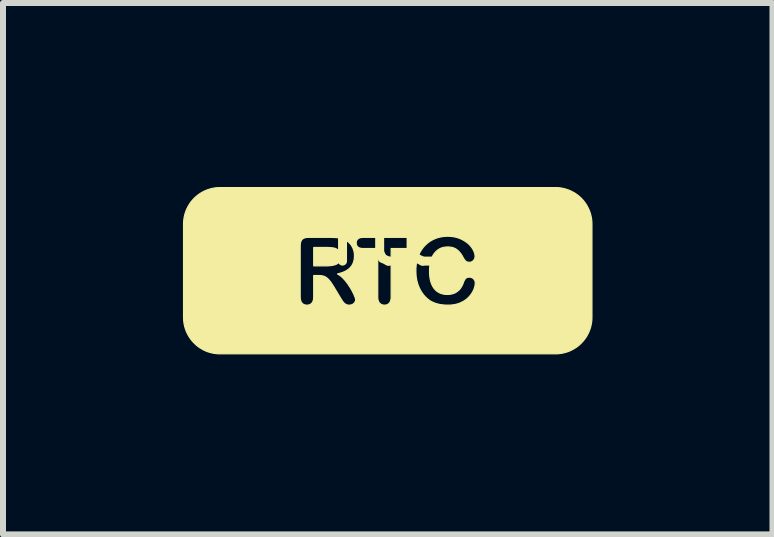
<source format=kicad_pcb>
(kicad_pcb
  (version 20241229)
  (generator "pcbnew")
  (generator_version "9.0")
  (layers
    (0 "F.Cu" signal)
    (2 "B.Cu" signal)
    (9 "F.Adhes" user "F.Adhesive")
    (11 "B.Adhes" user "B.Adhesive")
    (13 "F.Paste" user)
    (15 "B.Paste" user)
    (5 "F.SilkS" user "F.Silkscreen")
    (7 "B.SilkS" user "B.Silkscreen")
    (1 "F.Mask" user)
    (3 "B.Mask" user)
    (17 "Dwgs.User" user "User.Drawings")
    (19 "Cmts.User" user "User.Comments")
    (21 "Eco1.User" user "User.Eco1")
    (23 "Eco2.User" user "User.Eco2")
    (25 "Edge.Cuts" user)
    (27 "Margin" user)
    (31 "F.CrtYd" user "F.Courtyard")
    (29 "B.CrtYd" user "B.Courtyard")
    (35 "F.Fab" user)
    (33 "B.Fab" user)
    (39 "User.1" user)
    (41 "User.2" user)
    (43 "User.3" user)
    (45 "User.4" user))
  (footprint "rtc"
    (layer "F.Cu")
    (at 3.446 1.348)
    (property "Reference" "rtc" (at 0 -0.5 0) (unlocked yes) (layer "F.SilkS") (effects (font (size 1 1) (thickness 0.15))))
    (attr smd)
    (fp_poly (pts (xy -1.031 -0.272) (xy -1.006 -0.271) (xy -0.994 -0.27) (xy -0.983 -0.269) (xy -0.972 -0.269) (xy -0.962 -0.268) (xy -0.953 -0.266) (xy -0.944 -0.265) (xy -0.935 -0.264) (xy -0.928 -0.262) (xy -0.921 -0.261) (xy -0.914 -0.259) (xy -0.909 -0.257) (xy -0.903 -0.255) (xy -0.898 -0.253) (xy -0.893 -0.25) (xy -0.888 -0.248) (xy -0.884 -0.245) (xy -0.879 -0.242) (xy -0.875 -0.239) (xy -0.87 -0.236) (xy -0.866 -0.233) (xy -0.862 -0.23) (xy -0.858 -0.226) (xy -0.855 -0.222) (xy -0.851 -0.219) (xy -0.848 -0.215) (xy -0.844 -0.211) (xy -0.841 -0.206) (xy -0.838 -0.202) (xy -0.835 -0.198) (xy -0.833 -0.193) (xy -0.83 -0.189) (xy -0.828 -0.184) (xy -0.826 -0.179) (xy -0.824 -0.174) (xy -0.822 -0.169) (xy -0.821 -0.164) (xy -0.819 -0.159) (xy -0.818 -0.154) (xy -0.817 -0.149) (xy -0.816 -0.143) (xy -0.816 -0.138) (xy -0.815 -0.132) (xy -0.815 -0.127) (xy -0.815 -0.121) (xy -0.815 -0.114) (xy -0.815 -0.106) (xy -0.816 -0.1) (xy -0.817 -0.093) (xy -0.818 -0.086) (xy -0.819 -0.08) (xy -0.82 -0.074) (xy -0.822 -0.068) (xy -0.824 -0.062) (xy -0.826 -0.057) (xy -0.829 -0.051) (xy -0.831 -0.046) (xy -0.834 -0.041) (xy -0.837 -0.037) (xy -0.841 -0.032) (xy -0.844 -0.028) (xy -0.848 -0.024) (xy -0.852 -0.02) (xy -0.856 -0.016) (xy -0.86 -0.012) (xy -0.865 -0.009) (xy -0.87 -0.005) (xy -0.875 -0.002) (xy -0.88 0.001) (xy -0.885 0.004) (xy -0.891 0.007) (xy -0.896 0.009) (xy -0.902 0.012) (xy -0.909 0.014) (xy -0.915 0.016) (xy -0.922 0.018) (xy -0.928 0.02) (xy -0.943 0.023) (xy -0.958 0.026) (xy -0.974 0.028) (xy -0.99 0.03) (xy -1.008 0.032) (xy -1.026 0.033) (xy -1.045 0.034) (xy -1.065 0.034) (xy -1.266 0.034) (xy -1.266 -0.272) (xy -1.059 -0.272) (xy -1.059 -0.272)) (stroke (width 0.02) (type solid)) (fill yes) (layer "F.SilkS"))
    (fp_poly (pts (xy 2.794 -1.27) (xy 2.825 -1.268) (xy 2.856 -1.264) (xy 2.886 -1.258) (xy 2.915 -1.252) (xy 2.944 -1.243) (xy 2.972 -1.234) (xy 3 -1.223) (xy 3.027 -1.211) (xy 3.053 -1.197) (xy 3.079 -1.183) (xy 3.104 -1.167) (xy 3.128 -1.15) (xy 3.151 -1.132) (xy 3.173 -1.113) (xy 3.194 -1.093) (xy 3.214 -1.072) (xy 3.233 -1.05) (xy 3.251 -1.027) (xy 3.268 -1.003) (xy 3.284 -0.978) (xy 3.298 -0.952) (xy 3.312 -0.926) (xy 3.324 -0.899) (xy 3.335 -0.871) (xy 3.345 -0.843) (xy 3.353 -0.814) (xy 3.359 -0.785) (xy 3.365 -0.755) (xy 3.369 -0.724) (xy 3.371 -0.693) (xy 3.372 -0.662) (xy 3.372 0.891) (xy 3.371 0.923) (xy 3.369 0.954) (xy 3.365 0.984) (xy 3.359 1.014) (xy 3.353 1.044) (xy 3.345 1.073) (xy 3.335 1.101) (xy 3.324 1.129) (xy 3.312 1.156) (xy 3.298 1.182) (xy 3.284 1.208) (xy 3.268 1.232) (xy 3.251 1.256) (xy 3.233 1.279) (xy 3.214 1.301) (xy 3.194 1.322) (xy 3.173 1.342) (xy 3.151 1.362) (xy 3.128 1.38) (xy 3.104 1.397) (xy 3.079 1.412) (xy 3.053 1.427) (xy 3.027 1.441) (xy 3 1.453) (xy 2.972 1.464) (xy 2.944 1.473) (xy 2.915 1.481) (xy 2.886 1.488) (xy 2.856 1.493) (xy 2.825 1.497) (xy 2.794 1.5) (xy 2.763 1.5) (xy -2.827 1.5) (xy -2.858 1.5) (xy -2.889 1.497) (xy -2.92 1.493) (xy -2.95 1.488) (xy -2.98 1.481) (xy -3.009 1.473) (xy -3.037 1.464) (xy -3.065 1.453) (xy -3.092 1.441) (xy -3.118 1.427) (xy -3.143 1.412) (xy -3.168 1.397) (xy -3.192 1.38) (xy -3.215 1.362) (xy -3.237 1.342) (xy -3.258 1.322) (xy -3.278 1.301) (xy -3.297 1.279) (xy -3.316 1.256) (xy -3.332 1.232) (xy -3.348 1.208) (xy -3.363 1.182) (xy -3.376 1.156) (xy -3.389 1.129) (xy -3.399 1.101) (xy -3.409 1.073) (xy -3.417 1.044) (xy -3.424 1.014) (xy -3.429 0.984) (xy -3.433 0.954) (xy -3.435 0.923) (xy -3.436 0.891) (xy -3.436 0.552) (xy -1.492 0.552) (xy -1.491 0.56) (xy -1.491 0.569) (xy -1.491 0.576) (xy -1.49 0.584) (xy -1.489 0.591) (xy -1.487 0.598) (xy -1.486 0.605) (xy -1.484 0.611) (xy -1.482 0.618) (xy -1.48 0.624) (xy -1.478 0.629) (xy -1.475 0.635) (xy -1.472 0.64) (xy -1.469 0.645) (xy -1.466 0.65) (xy -1.462 0.654) (xy -1.458 0.659) (xy -1.454 0.663) (xy -1.45 0.666) (xy -1.446 0.67) (xy -1.441 0.673) (xy -1.436 0.676) (xy -1.432 0.678) (xy -1.426 0.681) (xy -1.421 0.683) (xy -1.416 0.684) (xy -1.41 0.686) (xy -1.404 0.687) (xy -1.398 0.688) (xy -1.392 0.689) (xy -1.385 0.689) (xy -1.379 0.689) (xy -1.373 0.689) (xy -1.366 0.689) (xy -1.361 0.688) (xy -1.355 0.687) (xy -1.349 0.686) (xy -1.344 0.685) (xy -1.339 0.683) (xy -1.333 0.681) (xy -1.328 0.679) (xy -1.324 0.676) (xy -1.319 0.674) (xy -1.314 0.671) (xy -1.31 0.667) (xy -1.306 0.664) (xy -1.302 0.66) (xy -1.298 0.656) (xy -1.294 0.652) (xy -1.29 0.647) (xy -1.287 0.642) (xy -1.284 0.637) (xy -1.281 0.632) (xy -1.279 0.626) (xy -1.276 0.62) (xy -1.274 0.613) (xy -1.272 0.607) (xy -1.271 0.6) (xy -1.269 0.593) (xy -1.268 0.585) (xy -1.268 0.577) (xy -1.267 0.569) (xy -1.267 0.561) (xy -1.266 0.552) (xy -1.266 0.195) (xy -1.188 0.195) (xy -1.18 0.195) (xy -1.173 0.195) (xy -1.166 0.196) (xy -1.159 0.196) (xy -1.152 0.197) (xy -1.146 0.197) (xy -1.139 0.198) (xy -1.133 0.199) (xy -1.127 0.2) (xy -1.121 0.201) (xy -1.115 0.203) (xy -1.109 0.204) (xy -1.104 0.206) (xy -1.099 0.207) (xy -1.093 0.209) (xy -1.088 0.211) (xy -1.083 0.213) (xy -1.079 0.215) (xy -1.074 0.218) (xy -1.069 0.221) (xy -1.064 0.224) (xy -1.059 0.227) (xy -1.054 0.23) (xy -1.049 0.234) (xy -1.045 0.238) (xy -1.04 0.242) (xy -1.035 0.246) (xy -1.03 0.25) (xy -1.025 0.255) (xy -1.021 0.26) (xy -1.016 0.265) (xy -1.011 0.27) (xy -1.001 0.282) (xy -0.991 0.294) (xy -0.981 0.308) (xy -0.97 0.323) (xy -0.959 0.34) (xy -0.948 0.357) (xy -0.936 0.376) (xy -0.924 0.396) (xy -0.834 0.546) (xy -0.819 0.571) (xy -0.805 0.593) (xy -0.794 0.611) (xy -0.784 0.626) (xy -0.781 0.63) (xy -0.779 0.633) (xy -0.776 0.636) (xy -0.774 0.639) (xy -0.771 0.643) (xy -0.769 0.646) (xy -0.766 0.648) (xy -0.763 0.651) (xy -0.76 0.654) (xy -0.757 0.657) (xy -0.754 0.659) (xy -0.751 0.662) (xy -0.748 0.664) (xy -0.745 0.667) (xy -0.742 0.669) (xy -0.739 0.671) (xy -0.736 0.673) (xy -0.732 0.675) (xy -0.729 0.677) (xy -0.725 0.679) (xy -0.722 0.681) (xy -0.718 0.682) (xy -0.714 0.684) (xy -0.71 0.685) (xy -0.706 0.686) (xy -0.702 0.687) (xy -0.698 0.688) (xy -0.693 0.688) (xy -0.689 0.689) (xy -0.685 0.689) (xy -0.68 0.689) (xy -0.675 0.689) (xy -0.671 0.689) (xy -0.667 0.689) (xy -0.664 0.689) (xy -0.66 0.689) (xy -0.656 0.688) (xy -0.652 0.688) (xy -0.649 0.687) (xy -0.645 0.686) (xy -0.642 0.685) (xy -0.638 0.684) (xy -0.635 0.683) (xy -0.632 0.682) (xy -0.629 0.681) (xy -0.625 0.679) (xy -0.622 0.678) (xy -0.619 0.676) (xy -0.616 0.675) (xy -0.613 0.673) (xy -0.611 0.672) (xy -0.608 0.67) (xy -0.605 0.668) (xy -0.603 0.666) (xy -0.6 0.664) (xy -0.598 0.662) (xy -0.595 0.66) (xy -0.593 0.658) (xy -0.591 0.655) (xy -0.589 0.653) (xy -0.587 0.651) (xy -0.585 0.648) (xy -0.583 0.646) (xy -0.581 0.643) (xy -0.58 0.64) (xy -0.578 0.638) (xy -0.576 0.635) (xy -0.575 0.632) (xy -0.574 0.629) (xy -0.573 0.627) (xy -0.571 0.624) (xy -0.571 0.621) (xy -0.57 0.618) (xy -0.569 0.616) (xy -0.568 0.613) (xy -0.568 0.61) (xy -0.567 0.607) (xy -0.567 0.605) (xy -0.567 0.602) (xy -0.567 0.599) (xy -0.567 0.596) (xy -0.567 0.593) (xy -0.568 0.59) (xy -0.568 0.586) (xy -0.57 0.578) (xy -0.573 0.569) (xy -0.576 0.559) (xy -0.581 0.548) (xy -0.585 0.535) (xy -0.591 0.522) (xy -0.597 0.507) (xy -0.604 0.493) (xy -0.612 0.477) (xy -0.62 0.462) (xy -0.628 0.446) (xy -0.638 0.429) (xy -0.647 0.412) (xy -0.658 0.395) (xy -0.669 0.378) (xy -0.68 0.361) (xy -0.691 0.344) (xy -0.703 0.327) (xy -0.716 0.31) (xy -0.728 0.294) (xy -0.741 0.278) (xy -0.755 0.263) (xy -0.762 0.255) (xy -0.769 0.248) (xy -0.776 0.24) (xy -0.782 0.233) (xy -0.789 0.227) (xy -0.797 0.22) (xy -0.804 0.214) (xy -0.811 0.208) (xy -0.818 0.202) (xy -0.825 0.197) (xy -0.832 0.191) (xy -0.84 0.186) (xy -0.847 0.182) (xy -0.854 0.177) (xy -0.862 0.173) (xy -0.869 0.169) (xy -0.852 0.165) (xy -0.835 0.16) (xy -0.818 0.155) (xy -0.803 0.15) (xy -0.787 0.145) (xy -0.773 0.139) (xy -0.759 0.133) (xy -0.745 0.127) (xy -0.732 0.12) (xy -0.72 0.113) (xy -0.708 0.105) (xy -0.697 0.098) (xy -0.686 0.09) (xy -0.676 0.081) (xy -0.666 0.072) (xy -0.657 0.063) (xy -0.649 0.054) (xy -0.641 0.044) (xy -0.633 0.034) (xy -0.626 0.023) (xy -0.62 0.012) (xy -0.614 0.001) (xy -0.609 -0.011) (xy -0.604 -0.023) (xy -0.6 -0.036) (xy -0.597 -0.049) (xy -0.593 -0.062) (xy -0.591 -0.076) (xy -0.589 -0.09) (xy -0.588 -0.105) (xy -0.587 -0.12) (xy -0.587 -0.135) (xy -0.587 -0.143) (xy -0.587 -0.15) (xy -0.587 -0.158) (xy -0.588 -0.165) (xy -0.589 -0.172) (xy -0.59 -0.18) (xy -0.591 -0.187) (xy -0.592 -0.194) (xy -0.593 -0.201) (xy -0.595 -0.208) (xy -0.597 -0.215) (xy -0.599 -0.222) (xy -0.601 -0.229) (xy -0.603 -0.236) (xy -0.605 -0.243) (xy -0.608 -0.25) (xy -0.611 -0.257) (xy -0.613 -0.263) (xy -0.616 -0.27) (xy -0.619 -0.276) (xy -0.623 -0.283) (xy -0.626 -0.289) (xy -0.63 -0.295) (xy -0.633 -0.301) (xy -0.637 -0.307) (xy -0.641 -0.313) (xy -0.645 -0.318) (xy -0.65 -0.324) (xy -0.654 -0.329) (xy -0.659 -0.335) (xy -0.664 -0.34) (xy -0.668 -0.345) (xy -0.671 -0.348) (xy -0.559 -0.348) (xy -0.558 -0.342) (xy -0.558 -0.337) (xy -0.558 -0.332) (xy -0.557 -0.328) (xy -0.556 -0.323) (xy -0.555 -0.319) (xy -0.553 -0.314) (xy -0.552 -0.31) (xy -0.55 -0.306) (xy -0.548 -0.302) (xy -0.545 -0.298) (xy -0.543 -0.294) (xy -0.54 -0.29) (xy -0.537 -0.287) (xy -0.534 -0.283) (xy -0.531 -0.28) (xy -0.527 -0.277) (xy -0.523 -0.274) (xy -0.519 -0.272) (xy -0.515 -0.269) (xy -0.51 -0.267) (xy -0.505 -0.265) (xy -0.5 -0.263) (xy -0.495 -0.261) (xy -0.49 -0.26) (xy -0.484 -0.259) (xy -0.478 -0.257) (xy -0.472 -0.257) (xy -0.465 -0.256) (xy -0.459 -0.255) (xy -0.452 -0.255) (xy -0.445 -0.255) (xy -0.199 -0.255) (xy -0.199 0.552) (xy -0.199 0.561) (xy -0.199 0.569) (xy -0.198 0.577) (xy -0.197 0.584) (xy -0.196 0.592) (xy -0.195 0.599) (xy -0.193 0.606) (xy -0.192 0.612) (xy -0.189 0.619) (xy -0.187 0.625) (xy -0.185 0.63) (xy -0.182 0.636) (xy -0.179 0.641) (xy -0.176 0.646) (xy -0.172 0.651) (xy -0.168 0.655) (xy -0.164 0.659) (xy -0.16 0.663) (xy -0.156 0.667) (xy -0.151 0.67) (xy -0.147 0.673) (xy -0.142 0.676) (xy -0.137 0.679) (xy -0.132 0.681) (xy -0.127 0.683) (xy -0.121 0.684) (xy -0.116 0.686) (xy -0.11 0.687) (xy -0.104 0.688) (xy -0.099 0.689) (xy -0.093 0.689) (xy -0.086 0.689) (xy -0.08 0.689) (xy -0.074 0.689) (xy -0.069 0.688) (xy -0.063 0.687) (xy -0.057 0.686) (xy -0.052 0.685) (xy -0.047 0.683) (xy -0.042 0.681) (xy -0.037 0.679) (xy -0.032 0.676) (xy -0.027 0.674) (xy -0.023 0.671) (xy -0.018 0.667) (xy -0.014 0.664) (xy -0.01 0.66) (xy -0.006 0.656) (xy -0.002 0.652) (xy 0.001 0.647) (xy 0.005 0.642) (xy 0.008 0.637) (xy 0.01 0.631) (xy 0.013 0.625) (xy 0.015 0.619) (xy 0.017 0.613) (xy 0.019 0.606) (xy 0.021 0.599) (xy 0.022 0.592) (xy 0.023 0.585) (xy 0.024 0.577) (xy 0.025 0.569) (xy 0.025 0.561) (xy 0.025 0.552) (xy 0.025 0.116) (xy 0.437 0.116) (xy 0.437 0.137) (xy 0.438 0.157) (xy 0.439 0.177) (xy 0.44 0.197) (xy 0.442 0.216) (xy 0.445 0.235) (xy 0.448 0.254) (xy 0.452 0.272) (xy 0.456 0.291) (xy 0.461 0.309) (xy 0.466 0.326) (xy 0.471 0.344) (xy 0.478 0.361) (xy 0.484 0.378) (xy 0.491 0.395) (xy 0.499 0.411) (xy 0.507 0.427) (xy 0.515 0.443) (xy 0.524 0.458) (xy 0.533 0.473) (xy 0.543 0.487) (xy 0.553 0.501) (xy 0.563 0.515) (xy 0.574 0.528) (xy 0.58 0.535) (xy 0.586 0.542) (xy 0.593 0.549) (xy 0.599 0.555) (xy 0.605 0.562) (xy 0.612 0.568) (xy 0.619 0.574) (xy 0.625 0.58) (xy 0.632 0.586) (xy 0.639 0.591) (xy 0.646 0.597) (xy 0.653 0.602) (xy 0.66 0.607) (xy 0.667 0.612) (xy 0.674 0.617) (xy 0.681 0.621) (xy 0.696 0.63) (xy 0.712 0.637) (xy 0.728 0.645) (xy 0.744 0.651) (xy 0.76 0.658) (xy 0.777 0.663) (xy 0.795 0.668) (xy 0.812 0.673) (xy 0.831 0.677) (xy 0.849 0.68) (xy 0.869 0.683) (xy 0.888 0.685) (xy 0.909 0.687) (xy 0.929 0.688) (xy 0.951 0.689) (xy 0.972 0.689) (xy 0.987 0.689) (xy 1.001 0.689) (xy 1.015 0.688) (xy 1.029 0.687) (xy 1.042 0.686) (xy 1.055 0.684) (xy 1.068 0.682) (xy 1.081 0.68) (xy 1.094 0.678) (xy 1.106 0.675) (xy 1.118 0.672) (xy 1.13 0.668) (xy 1.142 0.665) (xy 1.153 0.661) (xy 1.165 0.657) (xy 1.176 0.652) (xy 1.186 0.647) (xy 1.197 0.643) (xy 1.207 0.637) (xy 1.217 0.632) (xy 1.227 0.627) (xy 1.237 0.621) (xy 1.246 0.616) (xy 1.255 0.61) (xy 1.264 0.603) (xy 1.272 0.597) (xy 1.281 0.591) (xy 1.289 0.584) (xy 1.297 0.577) (xy 1.304 0.57) (xy 1.312 0.563) (xy 1.319 0.556) (xy 1.326 0.548) (xy 1.332 0.541) (xy 1.339 0.533) (xy 1.345 0.526) (xy 1.351 0.518) (xy 1.357 0.511) (xy 1.362 0.503) (xy 1.367 0.496) (xy 1.372 0.488) (xy 1.377 0.48) (xy 1.382 0.473) (xy 1.386 0.465) (xy 1.39 0.458) (xy 1.394 0.45) (xy 1.397 0.442) (xy 1.401 0.435) (xy 1.404 0.427) (xy 1.407 0.419) (xy 1.41 0.412) (xy 1.412 0.404) (xy 1.415 0.397) (xy 1.417 0.389) (xy 1.419 0.382) (xy 1.421 0.375) (xy 1.422 0.368) (xy 1.423 0.361) (xy 1.425 0.354) (xy 1.425 0.347) (xy 1.426 0.34) (xy 1.427 0.333) (xy 1.427 0.326) (xy 1.427 0.32) (xy 1.427 0.319) (xy 1.427 0.314) (xy 1.427 0.309) (xy 1.426 0.304) (xy 1.425 0.299) (xy 1.424 0.295) (xy 1.423 0.29) (xy 1.422 0.286) (xy 1.42 0.281) (xy 1.418 0.277) (xy 1.416 0.273) (xy 1.414 0.269) (xy 1.411 0.265) (xy 1.408 0.261) (xy 1.405 0.257) (xy 1.402 0.253) (xy 1.398 0.25) (xy 1.395 0.246) (xy 1.391 0.243) (xy 1.387 0.24) (xy 1.383 0.237) (xy 1.379 0.235) (xy 1.375 0.233) (xy 1.371 0.231) (xy 1.367 0.229) (xy 1.362 0.227) (xy 1.358 0.226) (xy 1.353 0.224) (xy 1.349 0.223) (xy 1.344 0.223) (xy 1.339 0.222) (xy 1.334 0.222) (xy 1.329 0.222) (xy 1.324 0.222) (xy 1.318 0.222) (xy 1.313 0.223) (xy 1.307 0.223) (xy 1.303 0.224) (xy 1.298 0.226) (xy 1.293 0.227) (xy 1.289 0.229) (xy 1.285 0.231) (xy 1.281 0.233) (xy 1.277 0.235) (xy 1.273 0.237) (xy 1.272 0.239) (xy 1.27 0.24) (xy 1.268 0.242) (xy 1.267 0.243) (xy 1.265 0.245) (xy 1.264 0.246) (xy 1.261 0.25) (xy 1.259 0.253) (xy 1.256 0.257) (xy 1.253 0.261) (xy 1.251 0.264) (xy 1.249 0.268) (xy 1.246 0.273) (xy 1.244 0.277) (xy 1.242 0.281) (xy 1.237 0.29) (xy 1.233 0.3) (xy 1.229 0.31) (xy 1.226 0.321) (xy 1.221 0.332) (xy 1.217 0.344) (xy 1.212 0.354) (xy 1.206 0.365) (xy 1.201 0.375) (xy 1.195 0.385) (xy 1.189 0.394) (xy 1.183 0.403) (xy 1.177 0.412) (xy 1.17 0.42) (xy 1.163 0.428) (xy 1.156 0.436) (xy 1.148 0.443) (xy 1.14 0.45) (xy 1.132 0.456) (xy 1.124 0.463) (xy 1.116 0.468) (xy 1.107 0.474) (xy 1.098 0.479) (xy 1.089 0.484) (xy 1.079 0.488) (xy 1.07 0.492) (xy 1.06 0.495) (xy 1.05 0.498) (xy 1.039 0.501) (xy 1.029 0.504) (xy 1.018 0.506) (xy 1.007 0.507) (xy 0.996 0.509) (xy 0.984 0.51) (xy 0.972 0.51) (xy 0.96 0.51) (xy 0.949 0.51) (xy 0.938 0.51) (xy 0.928 0.509) (xy 0.917 0.508) (xy 0.907 0.506) (xy 0.896 0.504) (xy 0.886 0.502) (xy 0.877 0.5) (xy 0.867 0.497) (xy 0.857 0.494) (xy 0.848 0.49) (xy 0.839 0.487) (xy 0.83 0.482) (xy 0.821 0.478) (xy 0.813 0.473) (xy 0.804 0.468) (xy 0.796 0.463) (xy 0.788 0.457) (xy 0.78 0.451) (xy 0.773 0.444) (xy 0.765 0.437) (xy 0.758 0.43) (xy 0.752 0.423) (xy 0.745 0.415) (xy 0.739 0.407) (xy 0.733 0.398) (xy 0.727 0.389) (xy 0.721 0.38) (xy 0.716 0.37) (xy 0.711 0.361) (xy 0.706 0.35) (xy 0.701 0.34) (xy 0.697 0.329) (xy 0.693 0.318) (xy 0.689 0.306) (xy 0.685 0.294) (xy 0.682 0.282) (xy 0.679 0.269) (xy 0.676 0.256) (xy 0.674 0.243) (xy 0.672 0.229) (xy 0.67 0.215) (xy 0.667 0.186) (xy 0.665 0.156) (xy 0.665 0.124) (xy 0.665 0.1) (xy 0.666 0.077) (xy 0.668 0.054) (xy 0.67 0.032) (xy 0.673 0.011) (xy 0.676 -0.009) (xy 0.68 -0.029) (xy 0.685 -0.048) (xy 0.691 -0.066) (xy 0.697 -0.084) (xy 0.703 -0.101) (xy 0.711 -0.117) (xy 0.719 -0.133) (xy 0.727 -0.148) (xy 0.737 -0.162) (xy 0.747 -0.175) (xy 0.757 -0.188) (xy 0.768 -0.2) (xy 0.78 -0.211) (xy 0.791 -0.222) (xy 0.804 -0.231) (xy 0.816 -0.24) (xy 0.83 -0.248) (xy 0.843 -0.255) (xy 0.857 -0.261) (xy 0.872 -0.266) (xy 0.887 -0.271) (xy 0.902 -0.274) (xy 0.918 -0.277) (xy 0.934 -0.279) (xy 0.951 -0.28) (xy 0.968 -0.281) (xy 0.979 -0.281) (xy 0.989 -0.28) (xy 1 -0.279) (xy 1.01 -0.278) (xy 1.02 -0.277) (xy 1.029 -0.275) (xy 1.039 -0.273) (xy 1.048 -0.271) (xy 1.057 -0.268) (xy 1.066 -0.265) (xy 1.074 -0.262) (xy 1.083 -0.258) (xy 1.091 -0.254) (xy 1.099 -0.25) (xy 1.107 -0.245) (xy 1.114 -0.24) (xy 1.122 -0.235) (xy 1.129 -0.229) (xy 1.136 -0.223) (xy 1.143 -0.217) (xy 1.15 -0.21) (xy 1.157 -0.203) (xy 1.163 -0.196) (xy 1.17 -0.189) (xy 1.176 -0.181) (xy 1.183 -0.172) (xy 1.189 -0.164) (xy 1.195 -0.155) (xy 1.201 -0.146) (xy 1.207 -0.136) (xy 1.212 -0.127) (xy 1.218 -0.116) (xy 1.224 -0.104) (xy 1.228 -0.099) (xy 1.231 -0.093) (xy 1.234 -0.088) (xy 1.237 -0.083) (xy 1.24 -0.078) (xy 1.243 -0.074) (xy 1.246 -0.069) (xy 1.249 -0.065) (xy 1.252 -0.062) (xy 1.255 -0.058) (xy 1.258 -0.055) (xy 1.26 -0.051) (xy 1.263 -0.049) (xy 1.266 -0.046) (xy 1.269 -0.043) (xy 1.272 -0.041) (xy 1.275 -0.039) (xy 1.278 -0.037) (xy 1.282 -0.035) (xy 1.285 -0.033) (xy 1.289 -0.032) (xy 1.293 -0.031) (xy 1.297 -0.029) (xy 1.301 -0.028) (xy 1.306 -0.027) (xy 1.311 -0.027) (xy 1.315 -0.026) (xy 1.32 -0.026) (xy 1.326 -0.025) (xy 1.331 -0.025) (xy 1.336 -0.026) (xy 1.34 -0.026) (xy 1.345 -0.026) (xy 1.35 -0.027) (xy 1.354 -0.028) (xy 1.358 -0.03) (xy 1.363 -0.031) (xy 1.367 -0.033) (xy 1.371 -0.035) (xy 1.375 -0.037) (xy 1.379 -0.039) (xy 1.382 -0.042) (xy 1.386 -0.045) (xy 1.39 -0.048) (xy 1.393 -0.051) (xy 1.397 -0.055) (xy 1.4 -0.059) (xy 1.403 -0.062) (xy 1.406 -0.066) (xy 1.409 -0.07) (xy 1.411 -0.074) (xy 1.413 -0.078) (xy 1.416 -0.083) (xy 1.417 -0.087) (xy 1.419 -0.091) (xy 1.42 -0.095) (xy 1.421 -0.1) (xy 1.422 -0.104) (xy 1.423 -0.109) (xy 1.424 -0.114) (xy 1.424 -0.118) (xy 1.424 -0.123) (xy 1.424 -0.132) (xy 1.423 -0.141) (xy 1.422 -0.15) (xy 1.421 -0.159) (xy 1.419 -0.168) (xy 1.416 -0.177) (xy 1.413 -0.186) (xy 1.41 -0.196) (xy 1.406 -0.205) (xy 1.402 -0.215) (xy 1.398 -0.224) (xy 1.393 -0.234) (xy 1.387 -0.243) (xy 1.381 -0.253) (xy 1.375 -0.263) (xy 1.368 -0.273) (xy 1.361 -0.282) (xy 1.353 -0.292) (xy 1.345 -0.301) (xy 1.337 -0.311) (xy 1.328 -0.32) (xy 1.319 -0.329) (xy 1.31 -0.337) (xy 1.3 -0.346) (xy 1.289 -0.354) (xy 1.279 -0.362) (xy 1.268 -0.37) (xy 1.256 -0.377) (xy 1.244 -0.385) (xy 1.232 -0.392) (xy 1.22 -0.399) (xy 1.207 -0.406) (xy 1.193 -0.412) (xy 1.18 -0.419) (xy 1.166 -0.424) (xy 1.152 -0.429) (xy 1.138 -0.434) (xy 1.123 -0.439) (xy 1.109 -0.443) (xy 1.094 -0.446) (xy 1.079 -0.449) (xy 1.063 -0.452) (xy 1.048 -0.454) (xy 1.032 -0.456) (xy 1.016 -0.458) (xy 1 -0.459) (xy 0.983 -0.459) (xy 0.966 -0.46) (xy 0.953 -0.46) (xy 0.939 -0.459) (xy 0.925 -0.458) (xy 0.912 -0.457) (xy 0.898 -0.456) (xy 0.885 -0.454) (xy 0.872 -0.452) (xy 0.859 -0.45) (xy 0.846 -0.447) (xy 0.833 -0.444) (xy 0.82 -0.441) (xy 0.808 -0.438) (xy 0.795 -0.434) (xy 0.783 -0.43) (xy 0.77 -0.425) (xy 0.758 -0.42) (xy 0.746 -0.415) (xy 0.734 -0.41) (xy 0.722 -0.404) (xy 0.711 -0.398) (xy 0.699 -0.392) (xy 0.688 -0.386) (xy 0.677 -0.379) (xy 0.666 -0.372) (xy 0.656 -0.364) (xy 0.645 -0.357) (xy 0.635 -0.349) (xy 0.625 -0.341) (xy 0.616 -0.332) (xy 0.606 -0.323) (xy 0.597 -0.314) (xy 0.587 -0.305) (xy 0.578 -0.296) (xy 0.57 -0.286) (xy 0.561 -0.276) (xy 0.553 -0.266) (xy 0.545 -0.255) (xy 0.538 -0.244) (xy 0.53 -0.233) (xy 0.523 -0.222) (xy 0.516 -0.211) (xy 0.509 -0.199) (xy 0.503 -0.187) (xy 0.497 -0.175) (xy 0.491 -0.163) (xy 0.486 -0.15) (xy 0.48 -0.137) (xy 0.475 -0.124) (xy 0.471 -0.111) (xy 0.466 -0.097) (xy 0.462 -0.083) (xy 0.458 -0.069) (xy 0.455 -0.055) (xy 0.452 -0.04) (xy 0.446 -0.011) (xy 0.442 0.02) (xy 0.439 0.051) (xy 0.437 0.083) (xy 0.437 0.116) (xy 0.025 0.116) (xy 0.025 -0.255) (xy 0.271 -0.255) (xy 0.278 -0.255) (xy 0.285 -0.255) (xy 0.291 -0.256) (xy 0.298 -0.257) (xy 0.304 -0.257) (xy 0.31 -0.259) (xy 0.316 -0.26) (xy 0.321 -0.261) (xy 0.326 -0.263) (xy 0.331 -0.265) (xy 0.336 -0.267) (xy 0.341 -0.269) (xy 0.345 -0.272) (xy 0.349 -0.274) (xy 0.353 -0.277) (xy 0.357 -0.28) (xy 0.361 -0.283) (xy 0.364 -0.287) (xy 0.367 -0.29) (xy 0.37 -0.294) (xy 0.372 -0.298) (xy 0.375 -0.302) (xy 0.377 -0.306) (xy 0.379 -0.31) (xy 0.38 -0.314) (xy 0.382 -0.319) (xy 0.383 -0.323) (xy 0.384 -0.328) (xy 0.385 -0.332) (xy 0.385 -0.337) (xy 0.386 -0.342) (xy 0.386 -0.348) (xy 0.386 -0.353) (xy 0.385 -0.358) (xy 0.385 -0.363) (xy 0.384 -0.367) (xy 0.383 -0.372) (xy 0.382 -0.377) (xy 0.38 -0.381) (xy 0.379 -0.385) (xy 0.377 -0.389) (xy 0.375 -0.393) (xy 0.372 -0.397) (xy 0.37 -0.401) (xy 0.367 -0.405) (xy 0.364 -0.408) (xy 0.361 -0.412) (xy 0.357 -0.415) (xy 0.353 -0.418) (xy 0.35 -0.421) (xy 0.345 -0.424) (xy 0.341 -0.426) (xy 0.337 -0.429) (xy 0.332 -0.431) (xy 0.327 -0.433) (xy 0.321 -0.434) (xy 0.316 -0.436) (xy 0.31 -0.437) (xy 0.304 -0.438) (xy 0.298 -0.439) (xy 0.291 -0.44) (xy 0.285 -0.44) (xy 0.278 -0.441) (xy 0.271 -0.441) (xy -0.445 -0.441) (xy -0.452 -0.441) (xy -0.458 -0.44) (xy -0.465 -0.44) (xy -0.471 -0.439) (xy -0.477 -0.438) (xy -0.483 -0.437) (xy -0.488 -0.436) (xy -0.494 -0.435) (xy -0.499 -0.433) (xy -0.504 -0.431) (xy -0.509 -0.429) (xy -0.513 -0.427) (xy -0.518 -0.424) (xy -0.522 -0.422) (xy -0.526 -0.419) (xy -0.53 -0.416) (xy -0.533 -0.413) (xy -0.537 -0.409) (xy -0.54 -0.406) (xy -0.542 -0.402) (xy -0.545 -0.398) (xy -0.547 -0.394) (xy -0.549 -0.39) (xy -0.551 -0.386) (xy -0.553 -0.382) (xy -0.555 -0.377) (xy -0.556 -0.373) (xy -0.557 -0.368) (xy -0.558 -0.363) (xy -0.558 -0.358) (xy -0.558 -0.353) (xy -0.559 -0.348) (xy -0.671 -0.348) (xy -0.674 -0.35) (xy -0.679 -0.355) (xy -0.684 -0.36) (xy -0.689 -0.365) (xy -0.695 -0.369) (xy -0.7 -0.373) (xy -0.706 -0.377) (xy -0.712 -0.381) (xy -0.717 -0.385) (xy -0.723 -0.389) (xy -0.729 -0.393) (xy -0.736 -0.396) (xy -0.742 -0.399) (xy -0.748 -0.402) (xy -0.754 -0.405) (xy -0.761 -0.408) (xy -0.772 -0.413) (xy -0.783 -0.417) (xy -0.795 -0.421) (xy -0.807 -0.424) (xy -0.819 -0.427) (xy -0.832 -0.43) (xy -0.845 -0.432) (xy -0.858 -0.434) (xy -0.872 -0.436) (xy -0.886 -0.437) (xy -0.901 -0.438) (xy -0.917 -0.439) (xy -0.934 -0.44) (xy -0.951 -0.44) (xy -0.969 -0.441) (xy -0.988 -0.441) (xy -1.354 -0.441) (xy -1.363 -0.441) (xy -1.371 -0.44) (xy -1.38 -0.44) (xy -1.388 -0.439) (xy -1.395 -0.438) (xy -1.403 -0.436) (xy -1.41 -0.434) (xy -1.416 -0.433) (xy -1.423 -0.43) (xy -1.429 -0.428) (xy -1.435 -0.425) (xy -1.44 -0.422) (xy -1.445 -0.419) (xy -1.45 -0.416) (xy -1.455 -0.412) (xy -1.459 -0.408) (xy -1.463 -0.404) (xy -1.467 -0.399) (xy -1.47 -0.394) (xy -1.473 -0.389) (xy -1.476 -0.384) (xy -1.479 -0.378) (xy -1.481 -0.372) (xy -1.483 -0.365) (xy -1.485 -0.359) (xy -1.487 -0.352) (xy -1.488 -0.344) (xy -1.49 -0.337) (xy -1.49 -0.329) (xy -1.491 -0.32) (xy -1.491 -0.312) (xy -1.492 -0.303) (xy -1.492 0.552) (xy -3.436 0.552) (xy -3.436 -0.662) (xy -3.435 -0.693) (xy -3.433 -0.724) (xy -3.429 -0.755) (xy -3.424 -0.785) (xy -3.417 -0.814) (xy -3.409 -0.843) (xy -3.399 -0.871) (xy -3.389 -0.899) (xy -3.376 -0.926) (xy -3.363 -0.952) (xy -3.348 -0.978) (xy -3.332 -1.003) (xy -3.316 -1.027) (xy -3.297 -1.05) (xy -3.278 -1.072) (xy -3.258 -1.093) (xy -3.237 -1.113) (xy -3.215 -1.132) (xy -3.192 -1.15) (xy -3.168 -1.167) (xy -3.143 -1.183) (xy -3.118 -1.197) (xy -3.092 -1.211) (xy -3.065 -1.223) (xy -3.037 -1.234) (xy -3.009 -1.243) (xy -2.98 -1.252) (xy -2.95 -1.258) (xy -2.92 -1.264) (xy -2.889 -1.268) (xy -2.858 -1.27) (xy -2.827 -1.271) (xy 2.763 -1.271)) (stroke (width 0.02) (type solid)) (fill yes) (layer "F.SilkS")))
  (gr_rect
    (start -3 -3)
    (end 9.828 5.859)
    (stroke (width 0.1) (type default))
    (fill no)
    (layer "Edge.Cuts")))
</source>
